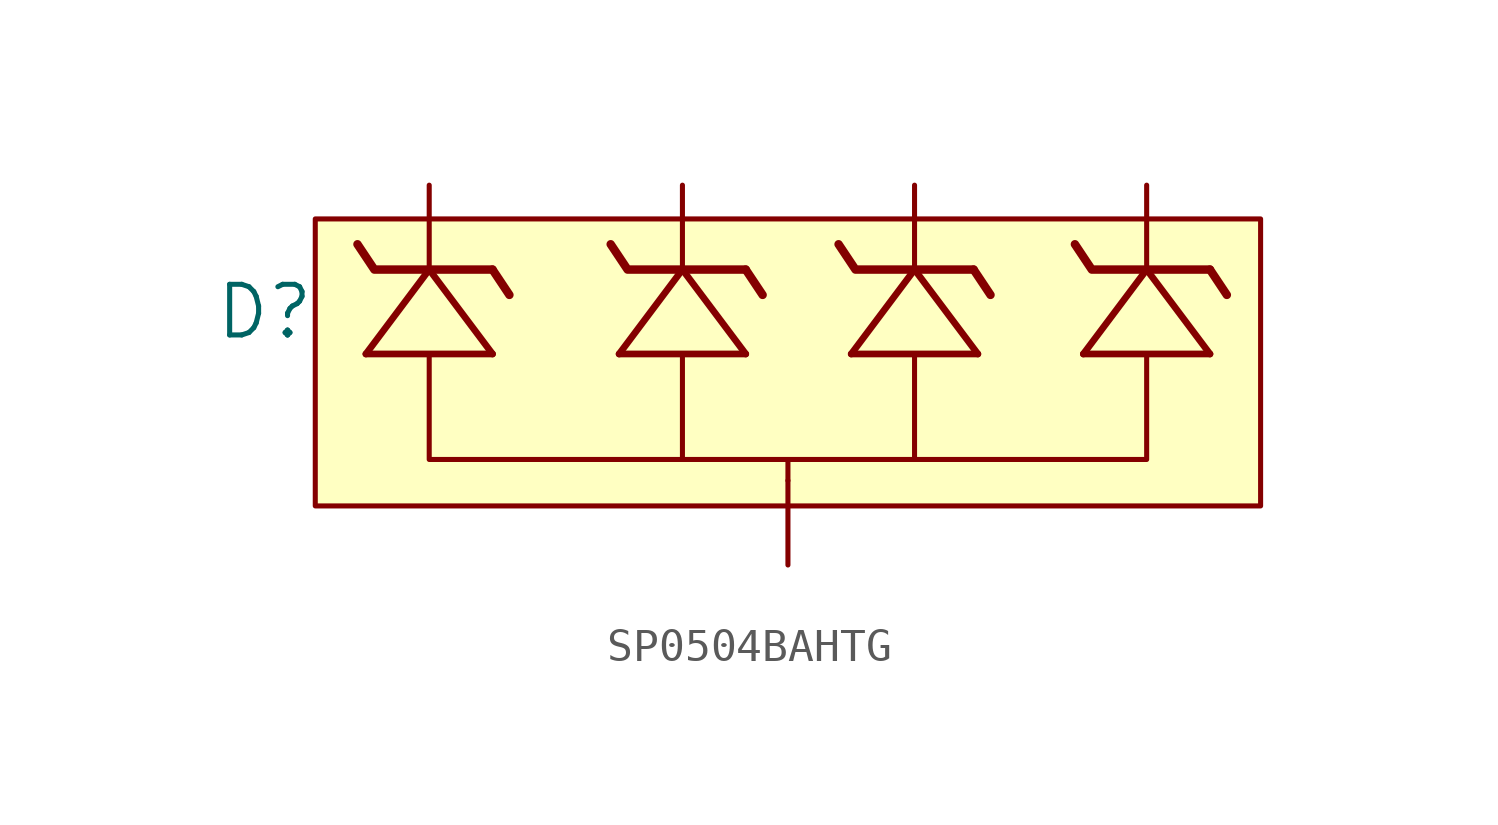
<source format=kicad_sym>
(kicad_symbol_lib
  (version 20220914)
  (generator kicad_symbol_editor)
  (symbol "SP0504BAHTG"
    (pin_numbers hide)
    (pin_names hide)
    (property "Reference" "D"
      (at -15.748 1.905 0)
      (effects (font (size 1.524 1.524))))
    (symbol "SP0504BAHTG_0_1"
      (rectangle (start -14.224 4.699) (end 14.224 -3.937) (stroke (width 0.152) (type default)) (fill (type background)))
      (polyline (pts (xy -8.89 3.175) (xy -8.382 2.413)) (stroke (width 0.254) (type default)) (fill (type none)))
      (polyline (pts (xy -3.175 0.635) (xy -3.175 -2.54)) (stroke (width 0.152) (type default)) (fill (type none)))
      (polyline (pts (xy 3.81 0.635) (xy 3.81 -2.54)) (stroke (width 0.152) (type default)) (fill (type none)))
      (polyline (pts (xy -8.89 3.175) (xy -12.446 3.175) (xy -12.954 3.937)) (stroke (width 0.254) (type default)) (fill (type none)))
      (polyline (pts (xy 10.795 0.635) (xy 10.795 -2.54) (xy 0 -2.54)) (stroke (width 0.152) (type default)) (fill (type none)))
      (polyline (pts (xy 0 -3.175) (xy 0 -2.54) (xy -10.795 -2.54) (xy -10.795 0.635)) (stroke (width 0.152) (type default)) (fill (type none))))
    (symbol "SP0504BAHTG_1_1"
      (polyline (pts (xy -12.7 0.635) (xy -8.89 0.635)) (stroke (width 0.203) (type default)) (fill (type none)))
      (polyline (pts (xy -10.795 3.175) (xy -12.7 0.635)) (stroke (width 0.203) (type default)) (fill (type none)))
      (polyline (pts (xy -8.89 0.635) (xy -10.795 3.175)) (stroke (width 0.203) (type default)) (fill (type none)))
      (polyline (pts (xy -5.08 0.635) (xy -1.27 0.635)) (stroke (width 0.203) (type default)) (fill (type none)))
      (polyline (pts (xy -3.175 3.175) (xy -5.08 0.635)) (stroke (width 0.203) (type default)) (fill (type none)))
      (polyline (pts (xy -1.27 0.635) (xy -3.175 3.175)) (stroke (width 0.203) (type default)) (fill (type none)))
      (polyline (pts (xy -1.27 3.175) (xy -0.762 2.413)) (stroke (width 0.254) (type default)) (fill (type none)))
      (polyline (pts (xy 1.905 0.635) (xy 5.715 0.635)) (stroke (width 0.203) (type default)) (fill (type none)))
      (polyline (pts (xy 3.81 3.175) (xy 1.905 0.635)) (stroke (width 0.203) (type default)) (fill (type none)))
      (polyline (pts (xy 5.588 3.175) (xy 6.096 2.413)) (stroke (width 0.254) (type default)) (fill (type none)))
      (polyline (pts (xy 5.715 0.635) (xy 3.81 3.175)) (stroke (width 0.203) (type default)) (fill (type none)))
      (polyline (pts (xy 8.89 0.635) (xy 12.7 0.635)) (stroke (width 0.203) (type default)) (fill (type none)))
      (polyline (pts (xy 10.795 3.175) (xy 8.89 0.635)) (stroke (width 0.203) (type default)) (fill (type none)))
      (polyline (pts (xy 12.7 0.635) (xy 10.795 3.175)) (stroke (width 0.203) (type default)) (fill (type none)))
      (polyline (pts (xy 12.7 3.175) (xy 13.208 2.413)) (stroke (width 0.254) (type default)) (fill (type none)))
      (polyline (pts (xy -1.27 3.175) (xy -4.826 3.175) (xy -5.334 3.937)) (stroke (width 0.254) (type default)) (fill (type none)))
      (polyline (pts (xy 5.588 3.175) (xy 2.032 3.175) (xy 1.524 3.937)) (stroke (width 0.254) (type default)) (fill (type none)))
      (polyline (pts (xy 12.7 3.175) (xy 9.144 3.175) (xy 8.636 3.937)) (stroke (width 0.254) (type default)) (fill (type none)))
      (pin passive line (at -10.795 5.715 270) (length 2.54) (name "~" (effects (font (size 1.499 1.499)))) (number "1" (effects (font (size 1.499 1.499)))))
      (pin passive line (at 0 -5.715 90) (length 2.54) (name "~" (effects (font (size 1.499 1.499)))) (number "2" (effects (font (size 1.499 1.499)))))
      (pin passive line (at -3.175 5.715 270) (length 2.54) (name "~" (effects (font (size 1.499 1.499)))) (number "3" (effects (font (size 1.499 1.499)))))
      (pin passive line (at 3.81 5.715 270) (length 2.54) (name "~" (effects (font (size 1.499 1.499)))) (number "4" (effects (font (size 1.499 1.499)))))
      (pin passive line (at 10.795 5.715 270) (length 2.54) (name "~" (effects (font (size 1.499 1.499)))) (number "5" (effects (font (size 1.499 1.499))))))))
</source>
